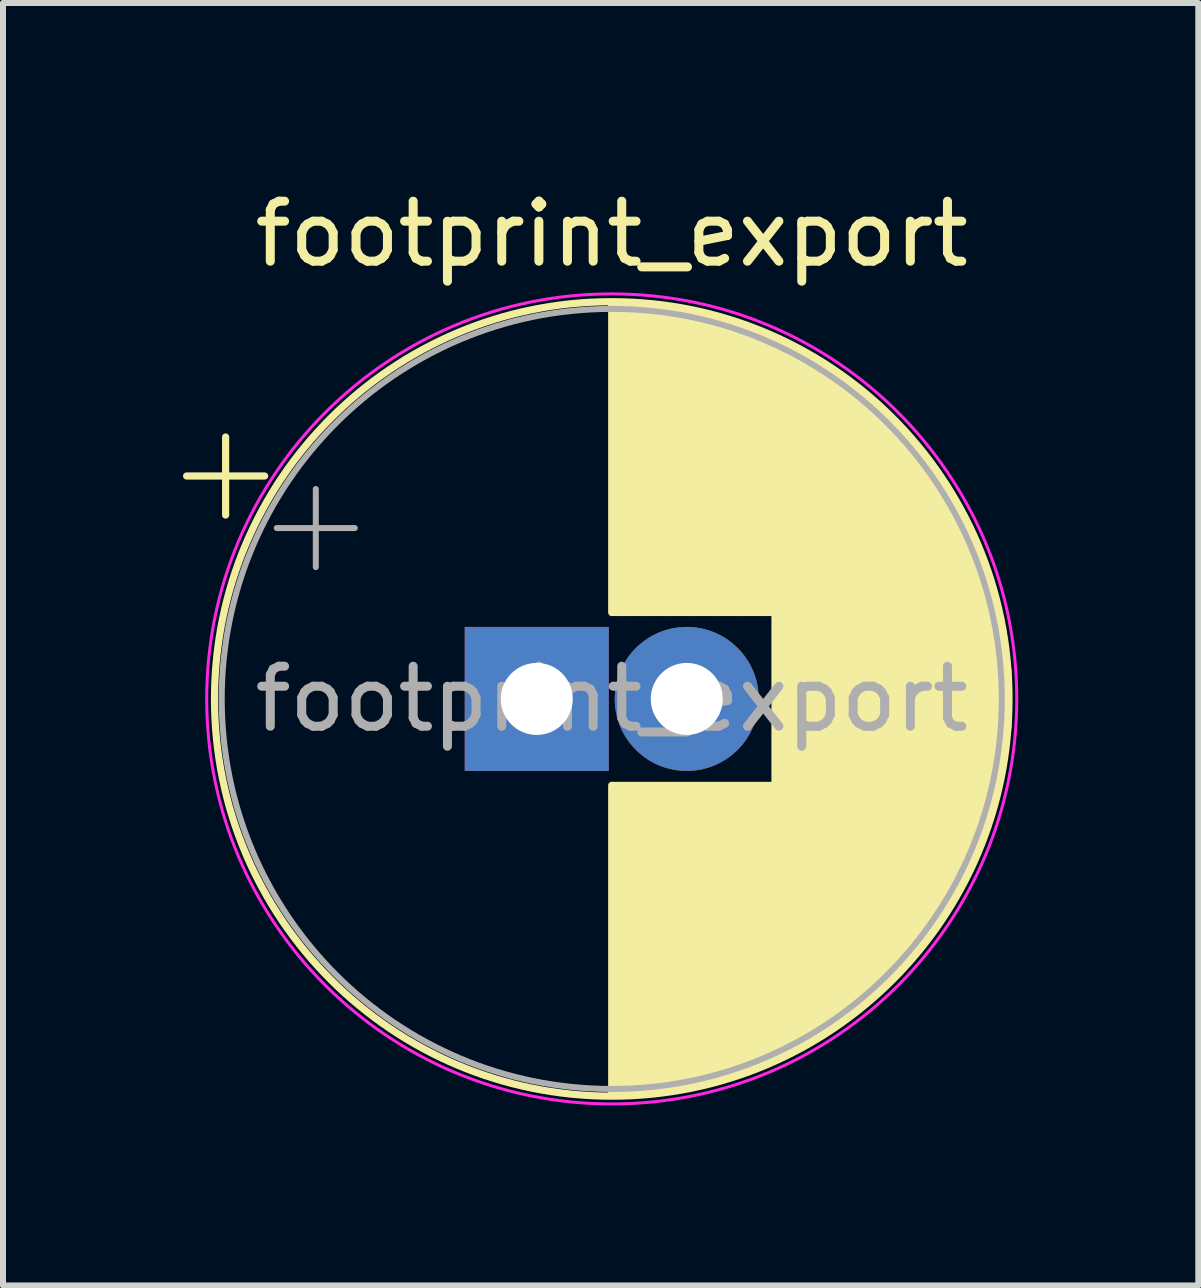
<source format=kicad_pcb>
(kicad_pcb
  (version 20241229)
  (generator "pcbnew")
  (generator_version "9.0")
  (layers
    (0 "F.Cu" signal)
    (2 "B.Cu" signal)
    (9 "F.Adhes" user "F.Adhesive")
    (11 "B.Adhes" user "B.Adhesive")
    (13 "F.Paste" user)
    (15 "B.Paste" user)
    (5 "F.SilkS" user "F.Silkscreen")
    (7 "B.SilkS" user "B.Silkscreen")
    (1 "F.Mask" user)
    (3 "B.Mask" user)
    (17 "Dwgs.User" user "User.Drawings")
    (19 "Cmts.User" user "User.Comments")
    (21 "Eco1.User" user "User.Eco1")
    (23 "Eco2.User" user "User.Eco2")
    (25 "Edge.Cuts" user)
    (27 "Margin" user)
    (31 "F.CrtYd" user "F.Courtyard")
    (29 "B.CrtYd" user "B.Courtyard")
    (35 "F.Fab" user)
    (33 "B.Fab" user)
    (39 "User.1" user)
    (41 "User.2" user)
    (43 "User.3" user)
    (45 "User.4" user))
  (footprint "footprint_export"
    (layer "F.Cu")
    (at 5.895 8.598)
    (property "Reference" "footprint_export" (at 1.25 -7.75 0) (layer "F.SilkS") (effects (font (size 1 1) (thickness 0.15))))
    (attr through_hole)
    (fp_line (start -5.835 -3.715) (end -4.535 -3.715) (stroke (width 0.12) (type solid)) (layer "F.SilkS"))
    (fp_line (start -5.185 -4.365) (end -5.185 -3.065) (stroke (width 0.12) (type solid)) (layer "F.SilkS"))
    (fp_line (start 1.25 -6.58) (end 1.25 -1.44) (stroke (width 0.12) (type solid)) (layer "F.SilkS"))
    (fp_line (start 1.25 1.44) (end 1.25 6.58) (stroke (width 0.12) (type solid)) (layer "F.SilkS"))
    (fp_line (start 1.29 -6.58) (end 1.29 -1.44) (stroke (width 0.12) (type solid)) (layer "F.SilkS"))
    (fp_line (start 1.29 1.44) (end 1.29 6.58) (stroke (width 0.12) (type solid)) (layer "F.SilkS"))
    (fp_line (start 1.33 -6.58) (end 1.33 -1.44) (stroke (width 0.12) (type solid)) (layer "F.SilkS"))
    (fp_line (start 1.33 1.44) (end 1.33 6.58) (stroke (width 0.12) (type solid)) (layer "F.SilkS"))
    (fp_line (start 1.37 -6.579) (end 1.37 -1.44) (stroke (width 0.12) (type solid)) (layer "F.SilkS"))
    (fp_line (start 1.37 1.44) (end 1.37 6.579) (stroke (width 0.12) (type solid)) (layer "F.SilkS"))
    (fp_line (start 1.41 -6.579) (end 1.41 -1.44) (stroke (width 0.12) (type solid)) (layer "F.SilkS"))
    (fp_line (start 1.41 1.44) (end 1.41 6.579) (stroke (width 0.12) (type solid)) (layer "F.SilkS"))
    (fp_line (start 1.45 -6.577) (end 1.45 -1.44) (stroke (width 0.12) (type solid)) (layer "F.SilkS"))
    (fp_line (start 1.45 1.44) (end 1.45 6.577) (stroke (width 0.12) (type solid)) (layer "F.SilkS"))
    (fp_line (start 1.49 -6.576) (end 1.49 -1.44) (stroke (width 0.12) (type solid)) (layer "F.SilkS"))
    (fp_line (start 1.49 1.44) (end 1.49 6.576) (stroke (width 0.12) (type solid)) (layer "F.SilkS"))
    (fp_line (start 1.53 -6.575) (end 1.53 -1.44) (stroke (width 0.12) (type solid)) (layer "F.SilkS"))
    (fp_line (start 1.53 1.44) (end 1.53 6.575) (stroke (width 0.12) (type solid)) (layer "F.SilkS"))
    (fp_line (start 1.57 -6.573) (end 1.57 -1.44) (stroke (width 0.12) (type solid)) (layer "F.SilkS"))
    (fp_line (start 1.57 1.44) (end 1.57 6.573) (stroke (width 0.12) (type solid)) (layer "F.SilkS"))
    (fp_line (start 1.61 -6.571) (end 1.61 -1.44) (stroke (width 0.12) (type solid)) (layer "F.SilkS"))
    (fp_line (start 1.61 1.44) (end 1.61 6.571) (stroke (width 0.12) (type solid)) (layer "F.SilkS"))
    (fp_line (start 1.65 -6.568) (end 1.65 -1.44) (stroke (width 0.12) (type solid)) (layer "F.SilkS"))
    (fp_line (start 1.65 1.44) (end 1.65 6.568) (stroke (width 0.12) (type solid)) (layer "F.SilkS"))
    (fp_line (start 1.69 -6.566) (end 1.69 -1.44) (stroke (width 0.12) (type solid)) (layer "F.SilkS"))
    (fp_line (start 1.69 1.44) (end 1.69 6.566) (stroke (width 0.12) (type solid)) (layer "F.SilkS"))
    (fp_line (start 1.73 -6.563) (end 1.73 -1.44) (stroke (width 0.12) (type solid)) (layer "F.SilkS"))
    (fp_line (start 1.73 1.44) (end 1.73 6.563) (stroke (width 0.12) (type solid)) (layer "F.SilkS"))
    (fp_line (start 1.77 -6.56) (end 1.77 -1.44) (stroke (width 0.12) (type solid)) (layer "F.SilkS"))
    (fp_line (start 1.77 1.44) (end 1.77 6.56) (stroke (width 0.12) (type solid)) (layer "F.SilkS"))
    (fp_line (start 1.81 -6.557) (end 1.81 -1.44) (stroke (width 0.12) (type solid)) (layer "F.SilkS"))
    (fp_line (start 1.81 1.44) (end 1.81 6.557) (stroke (width 0.12) (type solid)) (layer "F.SilkS"))
    (fp_line (start 1.85 -6.553) (end 1.85 -1.44) (stroke (width 0.12) (type solid)) (layer "F.SilkS"))
    (fp_line (start 1.85 1.44) (end 1.85 6.553) (stroke (width 0.12) (type solid)) (layer "F.SilkS"))
    (fp_line (start 1.89 -6.549) (end 1.89 -1.44) (stroke (width 0.12) (type solid)) (layer "F.SilkS"))
    (fp_line (start 1.89 1.44) (end 1.89 6.549) (stroke (width 0.12) (type solid)) (layer "F.SilkS"))
    (fp_line (start 1.93 -6.545) (end 1.93 -1.44) (stroke (width 0.12) (type solid)) (layer "F.SilkS"))
    (fp_line (start 1.93 1.44) (end 1.93 6.545) (stroke (width 0.12) (type solid)) (layer "F.SilkS"))
    (fp_line (start 1.971 -6.541) (end 1.971 -1.44) (stroke (width 0.12) (type solid)) (layer "F.SilkS"))
    (fp_line (start 1.971 1.44) (end 1.971 6.541) (stroke (width 0.12) (type solid)) (layer "F.SilkS"))
    (fp_line (start 2.011 -6.537) (end 2.011 -1.44) (stroke (width 0.12) (type solid)) (layer "F.SilkS"))
    (fp_line (start 2.011 1.44) (end 2.011 6.537) (stroke (width 0.12) (type solid)) (layer "F.SilkS"))
    (fp_line (start 2.051 -6.532) (end 2.051 -1.44) (stroke (width 0.12) (type solid)) (layer "F.SilkS"))
    (fp_line (start 2.051 1.44) (end 2.051 6.532) (stroke (width 0.12) (type solid)) (layer "F.SilkS"))
    (fp_line (start 2.091 -6.527) (end 2.091 -1.44) (stroke (width 0.12) (type solid)) (layer "F.SilkS"))
    (fp_line (start 2.091 1.44) (end 2.091 6.527) (stroke (width 0.12) (type solid)) (layer "F.SilkS"))
    (fp_line (start 2.131 -6.522) (end 2.131 -1.44) (stroke (width 0.12) (type solid)) (layer "F.SilkS"))
    (fp_line (start 2.131 1.44) (end 2.131 6.522) (stroke (width 0.12) (type solid)) (layer "F.SilkS"))
    (fp_line (start 2.171 -6.516) (end 2.171 -1.44) (stroke (width 0.12) (type solid)) (layer "F.SilkS"))
    (fp_line (start 2.171 1.44) (end 2.171 6.516) (stroke (width 0.12) (type solid)) (layer "F.SilkS"))
    (fp_line (start 2.211 -6.511) (end 2.211 -1.44) (stroke (width 0.12) (type solid)) (layer "F.SilkS"))
    (fp_line (start 2.211 1.44) (end 2.211 6.511) (stroke (width 0.12) (type solid)) (layer "F.SilkS"))
    (fp_line (start 2.251 -6.505) (end 2.251 -1.44) (stroke (width 0.12) (type solid)) (layer "F.SilkS"))
    (fp_line (start 2.251 1.44) (end 2.251 6.505) (stroke (width 0.12) (type solid)) (layer "F.SilkS"))
    (fp_line (start 2.291 -6.498) (end 2.291 -1.44) (stroke (width 0.12) (type solid)) (layer "F.SilkS"))
    (fp_line (start 2.291 1.44) (end 2.291 6.498) (stroke (width 0.12) (type solid)) (layer "F.SilkS"))
    (fp_line (start 2.331 -6.492) (end 2.331 -1.44) (stroke (width 0.12) (type solid)) (layer "F.SilkS"))
    (fp_line (start 2.331 1.44) (end 2.331 6.492) (stroke (width 0.12) (type solid)) (layer "F.SilkS"))
    (fp_line (start 2.371 -6.485) (end 2.371 -1.44) (stroke (width 0.12) (type solid)) (layer "F.SilkS"))
    (fp_line (start 2.371 1.44) (end 2.371 6.485) (stroke (width 0.12) (type solid)) (layer "F.SilkS"))
    (fp_line (start 2.411 -6.478) (end 2.411 -1.44) (stroke (width 0.12) (type solid)) (layer "F.SilkS"))
    (fp_line (start 2.411 1.44) (end 2.411 6.478) (stroke (width 0.12) (type solid)) (layer "F.SilkS"))
    (fp_line (start 2.451 -6.471) (end 2.451 -1.44) (stroke (width 0.12) (type solid)) (layer "F.SilkS"))
    (fp_line (start 2.451 1.44) (end 2.451 6.471) (stroke (width 0.12) (type solid)) (layer "F.SilkS"))
    (fp_line (start 2.491 -6.463) (end 2.491 -1.44) (stroke (width 0.12) (type solid)) (layer "F.SilkS"))
    (fp_line (start 2.491 1.44) (end 2.491 6.463) (stroke (width 0.12) (type solid)) (layer "F.SilkS"))
    (fp_line (start 2.531 -6.456) (end 2.531 -1.44) (stroke (width 0.12) (type solid)) (layer "F.SilkS"))
    (fp_line (start 2.531 1.44) (end 2.531 6.456) (stroke (width 0.12) (type solid)) (layer "F.SilkS"))
    (fp_line (start 2.571 -6.448) (end 2.571 -1.44) (stroke (width 0.12) (type solid)) (layer "F.SilkS"))
    (fp_line (start 2.571 1.44) (end 2.571 6.448) (stroke (width 0.12) (type solid)) (layer "F.SilkS"))
    (fp_line (start 2.611 -6.439) (end 2.611 -1.44) (stroke (width 0.12) (type solid)) (layer "F.SilkS"))
    (fp_line (start 2.611 1.44) (end 2.611 6.439) (stroke (width 0.12) (type solid)) (layer "F.SilkS"))
    (fp_line (start 2.651 -6.431) (end 2.651 -1.44) (stroke (width 0.12) (type solid)) (layer "F.SilkS"))
    (fp_line (start 2.651 1.44) (end 2.651 6.431) (stroke (width 0.12) (type solid)) (layer "F.SilkS"))
    (fp_line (start 2.691 -6.422) (end 2.691 -1.44) (stroke (width 0.12) (type solid)) (layer "F.SilkS"))
    (fp_line (start 2.691 1.44) (end 2.691 6.422) (stroke (width 0.12) (type solid)) (layer "F.SilkS"))
    (fp_line (start 2.731 -6.413) (end 2.731 -1.44) (stroke (width 0.12) (type solid)) (layer "F.SilkS"))
    (fp_line (start 2.731 1.44) (end 2.731 6.413) (stroke (width 0.12) (type solid)) (layer "F.SilkS"))
    (fp_line (start 2.771 -6.404) (end 2.771 -1.44) (stroke (width 0.12) (type solid)) (layer "F.SilkS"))
    (fp_line (start 2.771 1.44) (end 2.771 6.404) (stroke (width 0.12) (type solid)) (layer "F.SilkS"))
    (fp_line (start 2.811 -6.394) (end 2.811 -1.44) (stroke (width 0.12) (type solid)) (layer "F.SilkS"))
    (fp_line (start 2.811 1.44) (end 2.811 6.394) (stroke (width 0.12) (type solid)) (layer "F.SilkS"))
    (fp_line (start 2.851 -6.384) (end 2.851 -1.44) (stroke (width 0.12) (type solid)) (layer "F.SilkS"))
    (fp_line (start 2.851 1.44) (end 2.851 6.384) (stroke (width 0.12) (type solid)) (layer "F.SilkS"))
    (fp_line (start 2.891 -6.374) (end 2.891 -1.44) (stroke (width 0.12) (type solid)) (layer "F.SilkS"))
    (fp_line (start 2.891 1.44) (end 2.891 6.374) (stroke (width 0.12) (type solid)) (layer "F.SilkS"))
    (fp_line (start 2.931 -6.364) (end 2.931 -1.44) (stroke (width 0.12) (type solid)) (layer "F.SilkS"))
    (fp_line (start 2.931 1.44) (end 2.931 6.364) (stroke (width 0.12) (type solid)) (layer "F.SilkS"))
    (fp_line (start 2.971 -6.353) (end 2.971 -1.44) (stroke (width 0.12) (type solid)) (layer "F.SilkS"))
    (fp_line (start 2.971 1.44) (end 2.971 6.353) (stroke (width 0.12) (type solid)) (layer "F.SilkS"))
    (fp_line (start 3.011 -6.342) (end 3.011 -1.44) (stroke (width 0.12) (type solid)) (layer "F.SilkS"))
    (fp_line (start 3.011 1.44) (end 3.011 6.342) (stroke (width 0.12) (type solid)) (layer "F.SilkS"))
    (fp_line (start 3.051 -6.331) (end 3.051 -1.44) (stroke (width 0.12) (type solid)) (layer "F.SilkS"))
    (fp_line (start 3.051 1.44) (end 3.051 6.331) (stroke (width 0.12) (type solid)) (layer "F.SilkS"))
    (fp_line (start 3.091 -6.32) (end 3.091 -1.44) (stroke (width 0.12) (type solid)) (layer "F.SilkS"))
    (fp_line (start 3.091 1.44) (end 3.091 6.32) (stroke (width 0.12) (type solid)) (layer "F.SilkS"))
    (fp_line (start 3.131 -6.308) (end 3.131 -1.44) (stroke (width 0.12) (type solid)) (layer "F.SilkS"))
    (fp_line (start 3.131 1.44) (end 3.131 6.308) (stroke (width 0.12) (type solid)) (layer "F.SilkS"))
    (fp_line (start 3.171 -6.296) (end 3.171 -1.44) (stroke (width 0.12) (type solid)) (layer "F.SilkS"))
    (fp_line (start 3.171 1.44) (end 3.171 6.296) (stroke (width 0.12) (type solid)) (layer "F.SilkS"))
    (fp_line (start 3.211 -6.284) (end 3.211 -1.44) (stroke (width 0.12) (type solid)) (layer "F.SilkS"))
    (fp_line (start 3.211 1.44) (end 3.211 6.284) (stroke (width 0.12) (type solid)) (layer "F.SilkS"))
    (fp_line (start 3.251 -6.271) (end 3.251 -1.44) (stroke (width 0.12) (type solid)) (layer "F.SilkS"))
    (fp_line (start 3.251 1.44) (end 3.251 6.271) (stroke (width 0.12) (type solid)) (layer "F.SilkS"))
    (fp_line (start 3.291 -6.258) (end 3.291 -1.44) (stroke (width 0.12) (type solid)) (layer "F.SilkS"))
    (fp_line (start 3.291 1.44) (end 3.291 6.258) (stroke (width 0.12) (type solid)) (layer "F.SilkS"))
    (fp_line (start 3.331 -6.245) (end 3.331 -1.44) (stroke (width 0.12) (type solid)) (layer "F.SilkS"))
    (fp_line (start 3.331 1.44) (end 3.331 6.245) (stroke (width 0.12) (type solid)) (layer "F.SilkS"))
    (fp_line (start 3.371 -6.232) (end 3.371 -1.44) (stroke (width 0.12) (type solid)) (layer "F.SilkS"))
    (fp_line (start 3.371 1.44) (end 3.371 6.232) (stroke (width 0.12) (type solid)) (layer "F.SilkS"))
    (fp_line (start 3.411 -6.218) (end 3.411 -1.44) (stroke (width 0.12) (type solid)) (layer "F.SilkS"))
    (fp_line (start 3.411 1.44) (end 3.411 6.218) (stroke (width 0.12) (type solid)) (layer "F.SilkS"))
    (fp_line (start 3.451 -6.204) (end 3.451 -1.44) (stroke (width 0.12) (type solid)) (layer "F.SilkS"))
    (fp_line (start 3.451 1.44) (end 3.451 6.204) (stroke (width 0.12) (type solid)) (layer "F.SilkS"))
    (fp_line (start 3.491 -6.19) (end 3.491 -1.44) (stroke (width 0.12) (type solid)) (layer "F.SilkS"))
    (fp_line (start 3.491 1.44) (end 3.491 6.19) (stroke (width 0.12) (type solid)) (layer "F.SilkS"))
    (fp_line (start 3.531 -6.175) (end 3.531 -1.44) (stroke (width 0.12) (type solid)) (layer "F.SilkS"))
    (fp_line (start 3.531 1.44) (end 3.531 6.175) (stroke (width 0.12) (type solid)) (layer "F.SilkS"))
    (fp_line (start 3.571 -6.161) (end 3.571 -1.44) (stroke (width 0.12) (type solid)) (layer "F.SilkS"))
    (fp_line (start 3.571 1.44) (end 3.571 6.161) (stroke (width 0.12) (type solid)) (layer "F.SilkS"))
    (fp_line (start 3.611 -6.146) (end 3.611 -1.44) (stroke (width 0.12) (type solid)) (layer "F.SilkS"))
    (fp_line (start 3.611 1.44) (end 3.611 6.146) (stroke (width 0.12) (type solid)) (layer "F.SilkS"))
    (fp_line (start 3.651 -6.13) (end 3.651 -1.44) (stroke (width 0.12) (type solid)) (layer "F.SilkS"))
    (fp_line (start 3.651 1.44) (end 3.651 6.13) (stroke (width 0.12) (type solid)) (layer "F.SilkS"))
    (fp_line (start 3.691 -6.114) (end 3.691 -1.44) (stroke (width 0.12) (type solid)) (layer "F.SilkS"))
    (fp_line (start 3.691 1.44) (end 3.691 6.114) (stroke (width 0.12) (type solid)) (layer "F.SilkS"))
    (fp_line (start 3.731 -6.098) (end 3.731 -1.44) (stroke (width 0.12) (type solid)) (layer "F.SilkS"))
    (fp_line (start 3.731 1.44) (end 3.731 6.098) (stroke (width 0.12) (type solid)) (layer "F.SilkS"))
    (fp_line (start 3.771 -6.082) (end 3.771 -1.44) (stroke (width 0.12) (type solid)) (layer "F.SilkS"))
    (fp_line (start 3.771 1.44) (end 3.771 6.082) (stroke (width 0.12) (type solid)) (layer "F.SilkS"))
    (fp_line (start 3.811 -6.065) (end 3.811 -1.44) (stroke (width 0.12) (type solid)) (layer "F.SilkS"))
    (fp_line (start 3.811 1.44) (end 3.811 6.065) (stroke (width 0.12) (type solid)) (layer "F.SilkS"))
    (fp_line (start 3.851 -6.049) (end 3.851 -1.44) (stroke (width 0.12) (type solid)) (layer "F.SilkS"))
    (fp_line (start 3.851 1.44) (end 3.851 6.049) (stroke (width 0.12) (type solid)) (layer "F.SilkS"))
    (fp_line (start 3.891 -6.031) (end 3.891 -1.44) (stroke (width 0.12) (type solid)) (layer "F.SilkS"))
    (fp_line (start 3.891 1.44) (end 3.891 6.031) (stroke (width 0.12) (type solid)) (layer "F.SilkS"))
    (fp_line (start 3.931 -6.014) (end 3.931 -1.44) (stroke (width 0.12) (type solid)) (layer "F.SilkS"))
    (fp_line (start 3.931 1.44) (end 3.931 6.014) (stroke (width 0.12) (type solid)) (layer "F.SilkS"))
    (fp_line (start 3.971 -5.996) (end 3.971 5.996) (stroke (width 0.12) (type solid)) (layer "F.SilkS"))
    (fp_line (start 4.011 -5.978) (end 4.011 5.978) (stroke (width 0.12) (type solid)) (layer "F.SilkS"))
    (fp_line (start 4.051 -5.959) (end 4.051 5.959) (stroke (width 0.12) (type solid)) (layer "F.SilkS"))
    (fp_line (start 4.091 -5.94) (end 4.091 5.94) (stroke (width 0.12) (type solid)) (layer "F.SilkS"))
    (fp_line (start 4.131 -5.921) (end 4.131 5.921) (stroke (width 0.12) (type solid)) (layer "F.SilkS"))
    (fp_line (start 4.171 -5.902) (end 4.171 5.902) (stroke (width 0.12) (type solid)) (layer "F.SilkS"))
    (fp_line (start 4.211 -5.882) (end 4.211 5.882) (stroke (width 0.12) (type solid)) (layer "F.SilkS"))
    (fp_line (start 4.251 -5.862) (end 4.251 5.862) (stroke (width 0.12) (type solid)) (layer "F.SilkS"))
    (fp_line (start 4.291 -5.841) (end 4.291 5.841) (stroke (width 0.12) (type solid)) (layer "F.SilkS"))
    (fp_line (start 4.331 -5.82) (end 4.331 5.82) (stroke (width 0.12) (type solid)) (layer "F.SilkS"))
    (fp_line (start 4.371 -5.799) (end 4.371 5.799) (stroke (width 0.12) (type solid)) (layer "F.SilkS"))
    (fp_line (start 4.411 -5.778) (end 4.411 5.778) (stroke (width 0.12) (type solid)) (layer "F.SilkS"))
    (fp_line (start 4.451 -5.756) (end 4.451 5.756) (stroke (width 0.12) (type solid)) (layer "F.SilkS"))
    (fp_line (start 4.491 -5.733) (end 4.491 5.733) (stroke (width 0.12) (type solid)) (layer "F.SilkS"))
    (fp_line (start 4.531 -5.711) (end 4.531 5.711) (stroke (width 0.12) (type solid)) (layer "F.SilkS"))
    (fp_line (start 4.571 -5.688) (end 4.571 5.688) (stroke (width 0.12) (type solid)) (layer "F.SilkS"))
    (fp_line (start 4.611 -5.664) (end 4.611 5.664) (stroke (width 0.12) (type solid)) (layer "F.SilkS"))
    (fp_line (start 4.651 -5.641) (end 4.651 5.641) (stroke (width 0.12) (type solid)) (layer "F.SilkS"))
    (fp_line (start 4.691 -5.617) (end 4.691 5.617) (stroke (width 0.12) (type solid)) (layer "F.SilkS"))
    (fp_line (start 4.731 -5.592) (end 4.731 5.592) (stroke (width 0.12) (type solid)) (layer "F.SilkS"))
    (fp_line (start 4.771 -5.567) (end 4.771 5.567) (stroke (width 0.12) (type solid)) (layer "F.SilkS"))
    (fp_line (start 4.811 -5.542) (end 4.811 5.542) (stroke (width 0.12) (type solid)) (layer "F.SilkS"))
    (fp_line (start 4.851 -5.516) (end 4.851 5.516) (stroke (width 0.12) (type solid)) (layer "F.SilkS"))
    (fp_line (start 4.891 -5.49) (end 4.891 5.49) (stroke (width 0.12) (type solid)) (layer "F.SilkS"))
    (fp_line (start 4.931 -5.463) (end 4.931 5.463) (stroke (width 0.12) (type solid)) (layer "F.SilkS"))
    (fp_line (start 4.971 -5.436) (end 4.971 5.436) (stroke (width 0.12) (type solid)) (layer "F.SilkS"))
    (fp_line (start 5.011 -5.409) (end 5.011 5.409) (stroke (width 0.12) (type solid)) (layer "F.SilkS"))
    (fp_line (start 5.051 -5.381) (end 5.051 5.381) (stroke (width 0.12) (type solid)) (layer "F.SilkS"))
    (fp_line (start 5.091 -5.353) (end 5.091 5.353) (stroke (width 0.12) (type solid)) (layer "F.SilkS"))
    (fp_line (start 5.131 -5.324) (end 5.131 5.324) (stroke (width 0.12) (type solid)) (layer "F.SilkS"))
    (fp_line (start 5.171 -5.295) (end 5.171 5.295) (stroke (width 0.12) (type solid)) (layer "F.SilkS"))
    (fp_line (start 5.211 -5.265) (end 5.211 5.265) (stroke (width 0.12) (type solid)) (layer "F.SilkS"))
    (fp_line (start 5.251 -5.235) (end 5.251 5.235) (stroke (width 0.12) (type solid)) (layer "F.SilkS"))
    (fp_line (start 5.291 -5.205) (end 5.291 5.205) (stroke (width 0.12) (type solid)) (layer "F.SilkS"))
    (fp_line (start 5.331 -5.174) (end 5.331 5.174) (stroke (width 0.12) (type solid)) (layer "F.SilkS"))
    (fp_line (start 5.371 -5.142) (end 5.371 5.142) (stroke (width 0.12) (type solid)) (layer "F.SilkS"))
    (fp_line (start 5.411 -5.11) (end 5.411 5.11) (stroke (width 0.12) (type solid)) (layer "F.SilkS"))
    (fp_line (start 5.451 -5.078) (end 5.451 5.078) (stroke (width 0.12) (type solid)) (layer "F.SilkS"))
    (fp_line (start 5.491 -5.044) (end 5.491 5.044) (stroke (width 0.12) (type solid)) (layer "F.SilkS"))
    (fp_line (start 5.531 -5.011) (end 5.531 5.011) (stroke (width 0.12) (type solid)) (layer "F.SilkS"))
    (fp_line (start 5.571 -4.977) (end 5.571 4.977) (stroke (width 0.12) (type solid)) (layer "F.SilkS"))
    (fp_line (start 5.611 -4.942) (end 5.611 4.942) (stroke (width 0.12) (type solid)) (layer "F.SilkS"))
    (fp_line (start 5.651 -4.907) (end 5.651 4.907) (stroke (width 0.12) (type solid)) (layer "F.SilkS"))
    (fp_line (start 5.691 -4.871) (end 5.691 4.871) (stroke (width 0.12) (type solid)) (layer "F.SilkS"))
    (fp_line (start 5.731 -4.834) (end 5.731 4.834) (stroke (width 0.12) (type solid)) (layer "F.SilkS"))
    (fp_line (start 5.771 -4.797) (end 5.771 4.797) (stroke (width 0.12) (type solid)) (layer "F.SilkS"))
    (fp_line (start 5.811 -4.76) (end 5.811 4.76) (stroke (width 0.12) (type solid)) (layer "F.SilkS"))
    (fp_line (start 5.851 -4.721) (end 5.851 4.721) (stroke (width 0.12) (type solid)) (layer "F.SilkS"))
    (fp_line (start 5.891 -4.682) (end 5.891 4.682) (stroke (width 0.12) (type solid)) (layer "F.SilkS"))
    (fp_line (start 5.931 -4.643) (end 5.931 4.643) (stroke (width 0.12) (type solid)) (layer "F.SilkS"))
    (fp_line (start 5.971 -4.602) (end 5.971 4.602) (stroke (width 0.12) (type solid)) (layer "F.SilkS"))
    (fp_line (start 6.011 -4.561) (end 6.011 4.561) (stroke (width 0.12) (type solid)) (layer "F.SilkS"))
    (fp_line (start 6.051 -4.519) (end 6.051 4.519) (stroke (width 0.12) (type solid)) (layer "F.SilkS"))
    (fp_line (start 6.091 -4.477) (end 6.091 4.477) (stroke (width 0.12) (type solid)) (layer "F.SilkS"))
    (fp_line (start 6.131 -4.434) (end 6.131 4.434) (stroke (width 0.12) (type solid)) (layer "F.SilkS"))
    (fp_line (start 6.171 -4.39) (end 6.171 4.39) (stroke (width 0.12) (type solid)) (layer "F.SilkS"))
    (fp_line (start 6.211 -4.345) (end 6.211 4.345) (stroke (width 0.12) (type solid)) (layer "F.SilkS"))
    (fp_line (start 6.251 -4.299) (end 6.251 4.299) (stroke (width 0.12) (type solid)) (layer "F.SilkS"))
    (fp_line (start 6.291 -4.253) (end 6.291 4.253) (stroke (width 0.12) (type solid)) (layer "F.SilkS"))
    (fp_line (start 6.331 -4.205) (end 6.331 4.205) (stroke (width 0.12) (type solid)) (layer "F.SilkS"))
    (fp_line (start 6.371 -4.157) (end 6.371 4.157) (stroke (width 0.12) (type solid)) (layer "F.SilkS"))
    (fp_line (start 6.411 -4.108) (end 6.411 4.108) (stroke (width 0.12) (type solid)) (layer "F.SilkS"))
    (fp_line (start 6.451 -4.057) (end 6.451 4.057) (stroke (width 0.12) (type solid)) (layer "F.SilkS"))
    (fp_line (start 6.491 -4.006) (end 6.491 4.006) (stroke (width 0.12) (type solid)) (layer "F.SilkS"))
    (fp_line (start 6.531 -3.954) (end 6.531 3.954) (stroke (width 0.12) (type solid)) (layer "F.SilkS"))
    (fp_line (start 6.571 -3.9) (end 6.571 3.9) (stroke (width 0.12) (type solid)) (layer "F.SilkS"))
    (fp_line (start 6.611 -3.846) (end 6.611 3.846) (stroke (width 0.12) (type solid)) (layer "F.SilkS"))
    (fp_line (start 6.651 -3.79) (end 6.651 3.79) (stroke (width 0.12) (type solid)) (layer "F.SilkS"))
    (fp_line (start 6.691 -3.733) (end 6.691 3.733) (stroke (width 0.12) (type solid)) (layer "F.SilkS"))
    (fp_line (start 6.731 -3.675) (end 6.731 3.675) (stroke (width 0.12) (type solid)) (layer "F.SilkS"))
    (fp_line (start 6.771 -3.615) (end 6.771 3.615) (stroke (width 0.12) (type solid)) (layer "F.SilkS"))
    (fp_line (start 6.811 -3.554) (end 6.811 3.554) (stroke (width 0.12) (type solid)) (layer "F.SilkS"))
    (fp_line (start 6.851 -3.491) (end 6.851 3.491) (stroke (width 0.12) (type solid)) (layer "F.SilkS"))
    (fp_line (start 6.891 -3.427) (end 6.891 3.427) (stroke (width 0.12) (type solid)) (layer "F.SilkS"))
    (fp_line (start 6.931 -3.361) (end 6.931 3.361) (stroke (width 0.12) (type solid)) (layer "F.SilkS"))
    (fp_line (start 6.971 -3.293) (end 6.971 3.293) (stroke (width 0.12) (type solid)) (layer "F.SilkS"))
    (fp_line (start 7.011 -3.223) (end 7.011 3.223) (stroke (width 0.12) (type solid)) (layer "F.SilkS"))
    (fp_line (start 7.051 -3.152) (end 7.051 3.152) (stroke (width 0.12) (type solid)) (layer "F.SilkS"))
    (fp_line (start 7.091 -3.078) (end 7.091 3.078) (stroke (width 0.12) (type solid)) (layer "F.SilkS"))
    (fp_line (start 7.131 -3.002) (end 7.131 3.002) (stroke (width 0.12) (type solid)) (layer "F.SilkS"))
    (fp_line (start 7.171 -2.923) (end 7.171 2.923) (stroke (width 0.12) (type solid)) (layer "F.SilkS"))
    (fp_line (start 7.211 -2.842) (end 7.211 2.842) (stroke (width 0.12) (type solid)) (layer "F.SilkS"))
    (fp_line (start 7.251 -2.758) (end 7.251 2.758) (stroke (width 0.12) (type solid)) (layer "F.SilkS"))
    (fp_line (start 7.291 -2.67) (end 7.291 2.67) (stroke (width 0.12) (type solid)) (layer "F.SilkS"))
    (fp_line (start 7.331 -2.579) (end 7.331 2.579) (stroke (width 0.12) (type solid)) (layer "F.SilkS"))
    (fp_line (start 7.371 -2.484) (end 7.371 2.484) (stroke (width 0.12) (type solid)) (layer "F.SilkS"))
    (fp_line (start 7.411 -2.385) (end 7.411 2.385) (stroke (width 0.12) (type solid)) (layer "F.SilkS"))
    (fp_line (start 7.451 -2.281) (end 7.451 2.281) (stroke (width 0.12) (type solid)) (layer "F.SilkS"))
    (fp_line (start 7.491 -2.171) (end 7.491 2.171) (stroke (width 0.12) (type solid)) (layer "F.SilkS"))
    (fp_line (start 7.531 -2.055) (end 7.531 2.055) (stroke (width 0.12) (type solid)) (layer "F.SilkS"))
    (fp_line (start 7.571 -1.931) (end 7.571 1.931) (stroke (width 0.12) (type solid)) (layer "F.SilkS"))
    (fp_line (start 7.611 -1.798) (end 7.611 1.798) (stroke (width 0.12) (type solid)) (layer "F.SilkS"))
    (fp_line (start 7.651 -1.653) (end 7.651 1.653) (stroke (width 0.12) (type solid)) (layer "F.SilkS"))
    (fp_line (start 7.691 -1.494) (end 7.691 1.494) (stroke (width 0.12) (type solid)) (layer "F.SilkS"))
    (fp_line (start 7.731 -1.315) (end 7.731 1.315) (stroke (width 0.12) (type solid)) (layer "F.SilkS"))
    (fp_line (start 7.771 -1.107) (end 7.771 1.107) (stroke (width 0.12) (type solid)) (layer "F.SilkS"))
    (fp_line (start 7.811 -0.85) (end 7.811 0.85) (stroke (width 0.12) (type solid)) (layer "F.SilkS"))
    (fp_line (start 7.851 -0.475) (end 7.851 0.475) (stroke (width 0.12) (type solid)) (layer "F.SilkS"))
    (fp_circle (center 1.25 0) (end 7.87 0) (stroke (width 0.12) (type solid)) (fill no) (layer "F.SilkS"))
    (fp_circle (center 1.25 0) (end 8 0) (stroke (width 0.05) (type solid)) (fill no) (layer "F.CrtYd"))
    (fp_line (start -4.332 -2.848) (end -3.032 -2.848) (stroke (width 0.1) (type solid)) (layer "F.Fab"))
    (fp_line (start -3.682 -3.498) (end -3.682 -2.197) (stroke (width 0.1) (type solid)) (layer "F.Fab"))
    (fp_circle (center 1.25 0) (end 7.75 0) (stroke (width 0.1) (type solid)) (fill no) (layer "F.Fab"))
    (fp_text user "${REFERENCE}" (at 1.25 0 0) (layer "F.Fab") (effects (font (size 1 1) (thickness 0.15))))
    (pad "1" thru_hole rect (at 0 0) (size 2.4 2.4) (drill 1.2) (layers "*.Cu" "*.Mask"))
    (pad "2" thru_hole circle (at 2.5 0) (size 2.4 2.4) (drill 1.2) (layers "*.Cu" "*.Mask")))
  (gr_rect
    (start -3 -3)
    (end 16.92 18.373)
    (stroke (width 0.1) (type default))
    (fill no)
    (layer "Edge.Cuts")))
</source>
